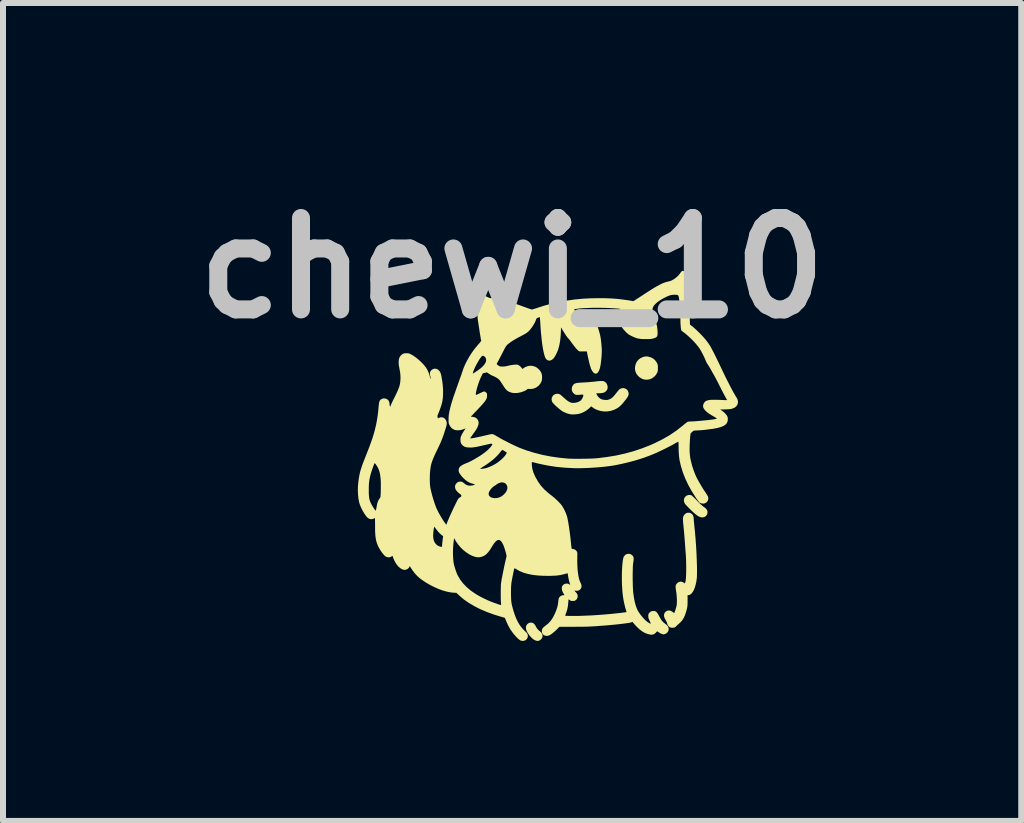
<source format=kicad_pcb>
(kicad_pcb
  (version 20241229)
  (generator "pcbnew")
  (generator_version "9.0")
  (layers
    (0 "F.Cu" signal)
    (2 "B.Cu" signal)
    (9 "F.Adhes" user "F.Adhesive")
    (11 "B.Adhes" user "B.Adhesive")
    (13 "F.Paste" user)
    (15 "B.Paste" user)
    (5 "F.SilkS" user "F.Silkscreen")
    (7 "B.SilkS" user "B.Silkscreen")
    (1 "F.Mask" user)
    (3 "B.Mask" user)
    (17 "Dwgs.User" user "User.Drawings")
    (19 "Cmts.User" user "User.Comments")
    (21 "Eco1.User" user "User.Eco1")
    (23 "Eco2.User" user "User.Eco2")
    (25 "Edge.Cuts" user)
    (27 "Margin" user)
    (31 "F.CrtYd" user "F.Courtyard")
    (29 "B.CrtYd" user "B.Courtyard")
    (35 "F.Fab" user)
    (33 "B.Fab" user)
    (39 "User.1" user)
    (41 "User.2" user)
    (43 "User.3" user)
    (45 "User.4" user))
  (footprint "chewi_10"
    (layer "F.Cu")
    (at 5.944 3.78)
    (property "Reference" "chewi_10" (at -0.457 -2.362 0) (layer "Dwgs.User") (effects (font (size 1.524 1.524) (thickness 0.3))))
    (attr board_only exclude_from_pos_files exclude_from_bom)
    (fp_poly (pts (xy -0.125 3.55) (xy -0.106 3.558) (xy -0.09 3.57) (xy -0.076 3.588) (xy -0.065 3.607) (xy -0.047 3.639) (xy -0.025 3.667) (xy -0.002 3.688) (xy 0.008 3.695) (xy 0.025 3.71) (xy 0.039 3.73) (xy 0.048 3.752) (xy 0.05 3.766) (xy 0.046 3.795) (xy 0.032 3.819) (xy 0.011 3.838) (xy -0.003 3.846) (xy -0.016 3.851) (xy -0.028 3.854) (xy -0.04 3.853) (xy -0.057 3.849) (xy -0.061 3.848) (xy -0.087 3.837) (xy -0.114 3.818) (xy -0.141 3.793) (xy -0.167 3.764) (xy -0.19 3.732) (xy -0.209 3.7) (xy -0.222 3.668) (xy -0.227 3.649) (xy -0.228 3.621) (xy -0.22 3.596) (xy -0.206 3.575) (xy -0.186 3.559) (xy -0.163 3.549) (xy -0.137 3.548)) (stroke (width 0) (type solid)) (fill yes) (layer "F.SilkS"))
    (fp_poly (pts (xy 1.809 -0.886) (xy 1.853 -0.874) (xy 1.892 -0.854) (xy 1.925 -0.826) (xy 1.951 -0.79) (xy 1.959 -0.776) (xy 1.965 -0.762) (xy 1.969 -0.749) (xy 1.971 -0.735) (xy 1.972 -0.716) (xy 1.972 -0.695) (xy 1.972 -0.67) (xy 1.971 -0.652) (xy 1.968 -0.638) (xy 1.964 -0.625) (xy 1.959 -0.615) (xy 1.937 -0.578) (xy 1.908 -0.548) (xy 1.874 -0.524) (xy 1.836 -0.508) (xy 1.795 -0.501) (xy 1.753 -0.503) (xy 1.739 -0.505) (xy 1.702 -0.519) (xy 1.667 -0.541) (xy 1.637 -0.569) (xy 1.613 -0.602) (xy 1.608 -0.613) (xy 1.594 -0.651) (xy 1.59 -0.691) (xy 1.594 -0.731) (xy 1.605 -0.769) (xy 1.624 -0.805) (xy 1.649 -0.835) (xy 1.681 -0.859) (xy 1.688 -0.863) (xy 1.726 -0.88) (xy 1.761 -0.888) (xy 1.796 -0.888)) (stroke (width 0) (type solid)) (fill yes) (layer "F.SilkS"))
    (fp_poly (pts (xy 2.528 1.425) (xy 2.536 1.43) (xy 2.55 1.442) (xy 2.568 1.459) (xy 2.59 1.48) (xy 2.614 1.504) (xy 2.621 1.512) (xy 2.654 1.546) (xy 2.684 1.575) (xy 2.709 1.597) (xy 2.73 1.614) (xy 2.735 1.618) (xy 2.762 1.637) (xy 2.781 1.656) (xy 2.792 1.674) (xy 2.798 1.695) (xy 2.799 1.7) (xy 2.797 1.729) (xy 2.788 1.753) (xy 2.771 1.773) (xy 2.75 1.787) (xy 2.724 1.794) (xy 2.695 1.793) (xy 2.666 1.785) (xy 2.663 1.783) (xy 2.647 1.775) (xy 2.627 1.762) (xy 2.607 1.747) (xy 2.6 1.741) (xy 2.581 1.725) (xy 2.558 1.705) (xy 2.534 1.682) (xy 2.508 1.657) (xy 2.483 1.632) (xy 2.461 1.609) (xy 2.442 1.589) (xy 2.428 1.573) (xy 2.423 1.567) (xy 2.41 1.539) (xy 2.405 1.511) (xy 2.409 1.483) (xy 2.422 1.458) (xy 2.426 1.452) (xy 2.45 1.432) (xy 2.477 1.422) (xy 2.506 1.42)) (stroke (width 0) (type solid)) (fill yes) (layer "F.SilkS"))
    (fp_poly (pts (xy 2.497 1.717) (xy 2.519 1.724) (xy 2.542 1.74) (xy 2.557 1.761) (xy 2.566 1.787) (xy 2.57 1.821) (xy 2.57 1.823) (xy 2.57 1.837) (xy 2.572 1.859) (xy 2.575 1.887) (xy 2.578 1.919) (xy 2.581 1.953) (xy 2.582 1.963) (xy 2.589 2.022) (xy 2.594 2.085) (xy 2.6 2.152) (xy 2.605 2.221) (xy 2.61 2.291) (xy 2.614 2.361) (xy 2.617 2.431) (xy 2.62 2.498) (xy 2.622 2.563) (xy 2.624 2.623) (xy 2.624 2.678) (xy 2.624 2.727) (xy 2.623 2.768) (xy 2.622 2.802) (xy 2.62 2.815) (xy 2.612 2.871) (xy 2.6 2.922) (xy 2.586 2.968) (xy 2.57 3.008) (xy 2.551 3.04) (xy 2.531 3.065) (xy 2.51 3.082) (xy 2.488 3.09) (xy 2.481 3.09) (xy 2.467 3.09) (xy 2.467 3.181) (xy 2.467 3.215) (xy 2.466 3.242) (xy 2.465 3.263) (xy 2.463 3.282) (xy 2.46 3.3) (xy 2.455 3.32) (xy 2.454 3.326) (xy 2.438 3.383) (xy 2.421 3.43) (xy 2.403 3.47) (xy 2.382 3.504) (xy 2.357 3.534) (xy 2.339 3.551) (xy 2.321 3.568) (xy 2.301 3.586) (xy 2.285 3.601) (xy 2.271 3.614) (xy 2.257 3.625) (xy 2.248 3.63) (xy 2.227 3.634) (xy 2.204 3.634) (xy 2.183 3.63) (xy 2.172 3.626) (xy 2.152 3.61) (xy 2.138 3.591) (xy 2.128 3.565) (xy 2.127 3.562) (xy 2.12 3.542) (xy 2.109 3.519) (xy 2.1 3.502) (xy 2.082 3.469) (xy 2.074 3.438) (xy 2.075 3.41) (xy 2.085 3.385) (xy 2.105 3.364) (xy 2.107 3.362) (xy 2.132 3.349) (xy 2.159 3.345) (xy 2.185 3.351) (xy 2.211 3.366) (xy 2.217 3.371) (xy 2.231 3.381) (xy 2.241 3.387) (xy 2.245 3.387) (xy 2.249 3.379) (xy 2.255 3.364) (xy 2.262 3.344) (xy 2.269 3.321) (xy 2.276 3.297) (xy 2.282 3.275) (xy 2.285 3.258) (xy 2.288 3.231) (xy 2.289 3.197) (xy 2.289 3.157) (xy 2.286 3.115) (xy 2.283 3.072) (xy 2.277 3.031) (xy 2.275 3.018) (xy 2.27 2.983) (xy 2.268 2.956) (xy 2.269 2.935) (xy 2.273 2.918) (xy 2.282 2.904) (xy 2.295 2.89) (xy 2.295 2.889) (xy 2.319 2.873) (xy 2.345 2.865) (xy 2.372 2.867) (xy 2.398 2.879) (xy 2.403 2.883) (xy 2.414 2.89) (xy 2.421 2.894) (xy 2.422 2.894) (xy 2.424 2.889) (xy 2.428 2.877) (xy 2.433 2.86) (xy 2.436 2.842) (xy 2.439 2.815) (xy 2.441 2.782) (xy 2.443 2.742) (xy 2.444 2.698) (xy 2.444 2.65) (xy 2.444 2.601) (xy 2.443 2.551) (xy 2.442 2.502) (xy 2.44 2.455) (xy 2.438 2.422) (xy 2.432 2.346) (xy 2.427 2.279) (xy 2.423 2.221) (xy 2.419 2.172) (xy 2.416 2.13) (xy 2.413 2.096) (xy 2.411 2.068) (xy 2.41 2.06) (xy 2.408 2.034) (xy 2.405 2.007) (xy 2.403 1.984) (xy 2.402 1.975) (xy 2.4 1.953) (xy 2.398 1.927) (xy 2.395 1.903) (xy 2.392 1.877) (xy 2.391 1.848) (xy 2.39 1.825) (xy 2.391 1.803) (xy 2.394 1.787) (xy 2.399 1.772) (xy 2.404 1.763) (xy 2.422 1.74) (xy 2.444 1.724) (xy 2.47 1.716)) (stroke (width 0) (type solid)) (fill yes) (layer "F.SilkS"))
    (fp_poly (pts (xy 1.057 -0.478) (xy 1.069 -0.475) (xy 1.076 -0.473) (xy 1.099 -0.458) (xy 1.117 -0.437) (xy 1.129 -0.41) (xy 1.135 -0.382) (xy 1.133 -0.354) (xy 1.128 -0.339) (xy 1.121 -0.326) (xy 1.108 -0.311) (xy 1.101 -0.304) (xy 1.084 -0.292) (xy 1.063 -0.283) (xy 1.037 -0.278) (xy 1.004 -0.275) (xy 0.987 -0.275) (xy 0.968 -0.275) (xy 0.953 -0.274) (xy 0.946 -0.273) (xy 0.945 -0.272) (xy 0.947 -0.267) (xy 0.952 -0.255) (xy 0.955 -0.25) (xy 0.97 -0.226) (xy 0.99 -0.203) (xy 1.011 -0.186) (xy 1.021 -0.18) (xy 1.044 -0.171) (xy 1.073 -0.165) (xy 1.104 -0.163) (xy 1.131 -0.164) (xy 1.137 -0.165) (xy 1.16 -0.172) (xy 1.18 -0.18) (xy 1.198 -0.192) (xy 1.217 -0.207) (xy 1.237 -0.228) (xy 1.261 -0.256) (xy 1.278 -0.278) (xy 1.296 -0.301) (xy 1.313 -0.321) (xy 1.328 -0.337) (xy 1.339 -0.347) (xy 1.342 -0.348) (xy 1.372 -0.359) (xy 1.4 -0.361) (xy 1.427 -0.354) (xy 1.451 -0.341) (xy 1.469 -0.32) (xy 1.481 -0.294) (xy 1.485 -0.265) (xy 1.484 -0.252) (xy 1.48 -0.239) (xy 1.474 -0.224) (xy 1.463 -0.206) (xy 1.447 -0.183) (xy 1.426 -0.155) (xy 1.418 -0.146) (xy 1.388 -0.109) (xy 1.362 -0.08) (xy 1.336 -0.056) (xy 1.311 -0.036) (xy 1.297 -0.027) (xy 1.247 -0.001) (xy 1.193 0.017) (xy 1.137 0.027) (xy 1.081 0.029) (xy 1.025 0.022) (xy 0.97 0.007) (xy 0.92 -0.015) (xy 0.874 -0.046) (xy 0.861 -0.057) (xy 0.822 -0.02) (xy 0.783 0.011) (xy 0.739 0.037) (xy 0.693 0.057) (xy 0.657 0.068) (xy 0.627 0.073) (xy 0.594 0.076) (xy 0.561 0.078) (xy 0.532 0.077) (xy 0.513 0.075) (xy 0.457 0.061) (xy 0.404 0.038) (xy 0.385 0.028) (xy 0.365 0.015) (xy 0.342 -0.003) (xy 0.317 -0.023) (xy 0.291 -0.046) (xy 0.266 -0.068) (xy 0.244 -0.09) (xy 0.226 -0.11) (xy 0.213 -0.126) (xy 0.208 -0.135) (xy 0.201 -0.165) (xy 0.202 -0.193) (xy 0.212 -0.218) (xy 0.228 -0.24) (xy 0.25 -0.256) (xy 0.276 -0.265) (xy 0.306 -0.266) (xy 0.317 -0.264) (xy 0.327 -0.261) (xy 0.337 -0.257) (xy 0.349 -0.249) (xy 0.364 -0.237) (xy 0.383 -0.22) (xy 0.404 -0.201) (xy 0.436 -0.173) (xy 0.464 -0.151) (xy 0.488 -0.135) (xy 0.51 -0.124) (xy 0.53 -0.117) (xy 0.552 -0.115) (xy 0.561 -0.114) (xy 0.597 -0.117) (xy 0.631 -0.125) (xy 0.661 -0.138) (xy 0.686 -0.154) (xy 0.697 -0.166) (xy 0.711 -0.188) (xy 0.722 -0.209) (xy 0.728 -0.228) (xy 0.729 -0.242) (xy 0.728 -0.244) (xy 0.725 -0.251) (xy 0.72 -0.253) (xy 0.71 -0.254) (xy 0.693 -0.252) (xy 0.693 -0.252) (xy 0.67 -0.249) (xy 0.644 -0.248) (xy 0.632 -0.247) (xy 0.612 -0.248) (xy 0.598 -0.252) (xy 0.585 -0.259) (xy 0.58 -0.263) (xy 0.557 -0.284) (xy 0.542 -0.311) (xy 0.536 -0.34) (xy 0.539 -0.371) (xy 0.546 -0.391) (xy 0.561 -0.416) (xy 0.581 -0.433) (xy 0.606 -0.443) (xy 0.61 -0.444) (xy 0.622 -0.446) (xy 0.642 -0.448) (xy 0.668 -0.451) (xy 0.698 -0.453) (xy 0.731 -0.455) (xy 0.736 -0.455) (xy 0.774 -0.457) (xy 0.817 -0.46) (xy 0.859 -0.464) (xy 0.898 -0.467) (xy 0.923 -0.47) (xy 0.964 -0.475) (xy 0.997 -0.478) (xy 1.022 -0.479) (xy 1.042 -0.479)) (stroke (width 0) (type solid)) (fill yes) (layer "F.SilkS"))
    (fp_poly (pts (xy 2.404 -2.31) (xy 2.411 -2.304) (xy 2.416 -2.299) (xy 2.418 -2.292) (xy 2.42 -2.282) (xy 2.419 -2.267) (xy 2.418 -2.246) (xy 2.417 -2.222) (xy 2.415 -2.192) (xy 2.414 -2.159) (xy 2.412 -2.128) (xy 2.412 -2.124) (xy 2.409 -2.051) (xy 2.424 -2.027) (xy 2.447 -1.982) (xy 2.466 -1.929) (xy 2.48 -1.868) (xy 2.489 -1.799) (xy 2.489 -1.79) (xy 2.491 -1.769) (xy 2.493 -1.739) (xy 2.495 -1.704) (xy 2.497 -1.664) (xy 2.499 -1.622) (xy 2.5 -1.58) (xy 2.501 -1.574) (xy 2.507 -1.42) (xy 2.547 -1.389) (xy 2.563 -1.376) (xy 2.584 -1.357) (xy 2.609 -1.334) (xy 2.635 -1.31) (xy 2.661 -1.284) (xy 2.666 -1.28) (xy 2.722 -1.221) (xy 2.771 -1.165) (xy 2.814 -1.108) (xy 2.846 -1.059) (xy 2.856 -1.041) (xy 2.87 -1.015) (xy 2.887 -0.982) (xy 2.908 -0.942) (xy 2.93 -0.897) (xy 2.955 -0.846) (xy 2.982 -0.791) (xy 3.01 -0.733) (xy 3.033 -0.684) (xy 3.07 -0.606) (xy 3.106 -0.532) (xy 3.141 -0.463) (xy 3.173 -0.4) (xy 3.203 -0.343) (xy 3.23 -0.293) (xy 3.255 -0.25) (xy 3.275 -0.216) (xy 3.276 -0.215) (xy 3.296 -0.18) (xy 3.306 -0.148) (xy 3.307 -0.12) (xy 3.307 -0.119) (xy 3.298 -0.086) (xy 3.281 -0.06) (xy 3.256 -0.038) (xy 3.222 -0.022) (xy 3.216 -0.02) (xy 3.201 -0.016) (xy 3.186 -0.012) (xy 3.168 -0.01) (xy 3.144 -0.008) (xy 3.115 -0.007) (xy 3.096 -0.006) (xy 3.01 -0.004) (xy 3.033 0.011) (xy 3.058 0.029) (xy 3.082 0.05) (xy 3.104 0.073) (xy 3.12 0.094) (xy 3.128 0.107) (xy 3.138 0.138) (xy 3.138 0.171) (xy 3.131 0.202) (xy 3.116 0.23) (xy 3.099 0.248) (xy 3.068 0.269) (xy 3.027 0.286) (xy 2.977 0.301) (xy 2.917 0.313) (xy 2.888 0.318) (xy 2.857 0.322) (xy 2.822 0.326) (xy 2.789 0.331) (xy 2.772 0.333) (xy 2.746 0.336) (xy 2.713 0.339) (xy 2.679 0.342) (xy 2.646 0.343) (xy 2.643 0.344) (xy 2.614 0.345) (xy 2.593 0.346) (xy 2.579 0.348) (xy 2.569 0.35) (xy 2.563 0.353) (xy 2.558 0.357) (xy 2.547 0.367) (xy 2.533 0.379) (xy 2.532 0.38) (xy 2.525 0.386) (xy 2.52 0.392) (xy 2.517 0.401) (xy 2.514 0.414) (xy 2.512 0.434) (xy 2.51 0.448) (xy 2.507 0.492) (xy 2.504 0.54) (xy 2.502 0.589) (xy 2.501 0.638) (xy 2.501 0.683) (xy 2.503 0.723) (xy 2.505 0.752) (xy 2.513 0.81) (xy 2.527 0.873) (xy 2.544 0.938) (xy 2.566 1.004) (xy 2.59 1.068) (xy 2.614 1.123) (xy 2.631 1.156) (xy 2.652 1.194) (xy 2.677 1.237) (xy 2.703 1.281) (xy 2.729 1.324) (xy 2.755 1.363) (xy 2.773 1.389) (xy 2.786 1.41) (xy 2.798 1.43) (xy 2.807 1.447) (xy 2.81 1.456) (xy 2.813 1.483) (xy 2.807 1.509) (xy 2.794 1.531) (xy 2.776 1.548) (xy 2.753 1.56) (xy 2.728 1.565) (xy 2.701 1.561) (xy 2.693 1.558) (xy 2.681 1.554) (xy 2.674 1.553) (xy 2.673 1.553) (xy 2.669 1.551) (xy 2.66 1.541) (xy 2.648 1.525) (xy 2.632 1.504) (xy 2.614 1.479) (xy 2.596 1.452) (xy 2.532 1.35) (xy 2.476 1.248) (xy 2.428 1.146) (xy 2.388 1.044) (xy 2.357 0.943) (xy 2.334 0.845) (xy 2.327 0.797) (xy 2.323 0.762) (xy 2.32 0.718) (xy 2.318 0.669) (xy 2.318 0.636) (xy 2.317 0.606) (xy 2.317 0.578) (xy 2.316 0.556) (xy 2.315 0.54) (xy 2.314 0.533) (xy 2.314 0.533) (xy 2.309 0.534) (xy 2.297 0.54) (xy 2.28 0.549) (xy 2.259 0.56) (xy 2.255 0.563) (xy 2.222 0.582) (xy 2.182 0.603) (xy 2.137 0.626) (xy 2.09 0.65) (xy 2.042 0.673) (xy 1.996 0.695) (xy 1.954 0.715) (xy 1.918 0.731) (xy 1.918 0.731) (xy 1.831 0.766) (xy 1.744 0.798) (xy 1.656 0.827) (xy 1.564 0.854) (xy 1.468 0.879) (xy 1.365 0.903) (xy 1.258 0.925) (xy 1.201 0.934) (xy 1.137 0.943) (xy 1.066 0.951) (xy 0.991 0.958) (xy 0.913 0.964) (xy 0.834 0.969) (xy 0.756 0.972) (xy 0.681 0.974) (xy 0.61 0.974) (xy 0.581 0.974) (xy 0.426 0.966) (xy 0.278 0.952) (xy 0.135 0.93) (xy -0.004 0.901) (xy -0.055 0.889) (xy -0.084 0.881) (xy -0.104 0.876) (xy -0.117 0.873) (xy -0.125 0.873) (xy -0.129 0.875) (xy -0.13 0.88) (xy -0.13 0.888) (xy -0.13 0.894) (xy -0.127 0.943) (xy -0.119 0.992) (xy -0.104 1.042) (xy -0.082 1.094) (xy -0.07 1.12) (xy -0.026 1.197) (xy 0.023 1.267) (xy 0.081 1.33) (xy 0.146 1.388) (xy 0.177 1.413) (xy 0.214 1.441) (xy 0.251 1.472) (xy 0.287 1.505) (xy 0.32 1.538) (xy 0.349 1.569) (xy 0.366 1.59) (xy 0.39 1.626) (xy 0.413 1.668) (xy 0.434 1.713) (xy 0.451 1.758) (xy 0.462 1.794) (xy 0.468 1.824) (xy 0.476 1.863) (xy 0.483 1.908) (xy 0.491 1.957) (xy 0.498 2.01) (xy 0.506 2.063) (xy 0.512 2.116) (xy 0.518 2.167) (xy 0.52 2.189) (xy 0.524 2.229) (xy 0.527 2.26) (xy 0.53 2.282) (xy 0.532 2.299) (xy 0.534 2.31) (xy 0.537 2.316) (xy 0.54 2.319) (xy 0.544 2.32) (xy 0.549 2.32) (xy 0.553 2.32) (xy 0.576 2.325) (xy 0.599 2.337) (xy 0.616 2.355) (xy 0.62 2.361) (xy 0.625 2.37) (xy 0.628 2.38) (xy 0.629 2.393) (xy 0.63 2.41) (xy 0.629 2.435) (xy 0.629 2.436) (xy 0.628 2.52) (xy 0.63 2.598) (xy 0.634 2.669) (xy 0.642 2.733) (xy 0.651 2.788) (xy 0.663 2.836) (xy 0.678 2.874) (xy 0.682 2.882) (xy 0.696 2.915) (xy 0.7 2.944) (xy 0.695 2.969) (xy 0.68 2.992) (xy 0.663 3.007) (xy 0.649 3.013) (xy 0.629 3.017) (xy 0.607 3.018) (xy 0.588 3.015) (xy 0.583 3.013) (xy 0.58 3.014) (xy 0.585 3.021) (xy 0.594 3.032) (xy 0.596 3.033) (xy 0.613 3.052) (xy 0.625 3.068) (xy 0.631 3.081) (xy 0.634 3.094) (xy 0.635 3.108) (xy 0.631 3.136) (xy 0.617 3.16) (xy 0.598 3.177) (xy 0.587 3.184) (xy 0.571 3.187) (xy 0.553 3.187) (xy 0.534 3.187) (xy 0.52 3.183) (xy 0.508 3.177) (xy 0.504 3.174) (xy 0.492 3.165) (xy 0.485 3.161) (xy 0.484 3.16) (xy 0.482 3.165) (xy 0.481 3.177) (xy 0.48 3.196) (xy 0.478 3.214) (xy 0.473 3.27) (xy 0.463 3.322) (xy 0.447 3.375) (xy 0.442 3.387) (xy 0.435 3.407) (xy 0.43 3.423) (xy 0.428 3.433) (xy 0.428 3.435) (xy 0.433 3.435) (xy 0.448 3.436) (xy 0.469 3.436) (xy 0.498 3.437) (xy 0.531 3.437) (xy 0.568 3.437) (xy 0.589 3.437) (xy 0.675 3.436) (xy 0.77 3.432) (xy 0.87 3.428) (xy 0.974 3.421) (xy 1.08 3.413) (xy 1.186 3.404) (xy 1.29 3.393) (xy 1.365 3.385) (xy 1.392 3.381) (xy 1.416 3.378) (xy 1.435 3.375) (xy 1.446 3.373) (xy 1.449 3.373) (xy 1.448 3.367) (xy 1.445 3.355) (xy 1.44 3.338) (xy 1.438 3.332) (xy 1.428 3.299) (xy 1.418 3.258) (xy 1.408 3.214) (xy 1.399 3.169) (xy 1.392 3.125) (xy 1.388 3.097) (xy 1.382 3.043) (xy 1.378 2.987) (xy 1.374 2.928) (xy 1.372 2.868) (xy 1.372 2.808) (xy 1.372 2.749) (xy 1.373 2.692) (xy 1.376 2.638) (xy 1.379 2.588) (xy 1.384 2.543) (xy 1.389 2.505) (xy 1.395 2.474) (xy 1.403 2.451) (xy 1.408 2.442) (xy 1.427 2.421) (xy 1.45 2.407) (xy 1.475 2.401) (xy 1.501 2.403) (xy 1.525 2.411) (xy 1.546 2.427) (xy 1.559 2.445) (xy 1.564 2.456) (xy 1.567 2.466) (xy 1.569 2.477) (xy 1.568 2.492) (xy 1.566 2.512) (xy 1.563 2.539) (xy 1.559 2.56) (xy 1.557 2.581) (xy 1.555 2.611) (xy 1.554 2.647) (xy 1.553 2.689) (xy 1.552 2.735) (xy 1.552 2.783) (xy 1.552 2.832) (xy 1.553 2.881) (xy 1.554 2.928) (xy 1.556 2.971) (xy 1.558 3.008) (xy 1.56 3.04) (xy 1.562 3.055) (xy 1.573 3.133) (xy 1.586 3.201) (xy 1.602 3.261) (xy 1.62 3.311) (xy 1.635 3.344) (xy 1.652 3.372) (xy 1.674 3.405) (xy 1.7 3.438) (xy 1.728 3.471) (xy 1.754 3.499) (xy 1.755 3.5) (xy 1.773 3.517) (xy 1.792 3.532) (xy 1.811 3.546) (xy 1.829 3.557) (xy 1.843 3.564) (xy 1.851 3.565) (xy 1.852 3.564) (xy 1.852 3.559) (xy 1.847 3.547) (xy 1.84 3.529) (xy 1.834 3.517) (xy 1.824 3.494) (xy 1.817 3.477) (xy 1.814 3.463) (xy 1.813 3.447) (xy 1.812 3.44) (xy 1.813 3.42) (xy 1.816 3.407) (xy 1.821 3.395) (xy 1.827 3.388) (xy 1.847 3.368) (xy 1.871 3.357) (xy 1.895 3.354) (xy 1.916 3.355) (xy 1.933 3.361) (xy 1.948 3.372) (xy 1.963 3.388) (xy 1.978 3.413) (xy 1.994 3.442) (xy 2.016 3.482) (xy 2.037 3.514) (xy 2.061 3.541) (xy 2.089 3.564) (xy 2.095 3.568) (xy 2.122 3.59) (xy 2.14 3.611) (xy 2.149 3.634) (xy 2.152 3.655) (xy 2.15 3.673) (xy 2.145 3.69) (xy 2.143 3.694) (xy 2.131 3.711) (xy 2.114 3.726) (xy 2.097 3.736) (xy 2.091 3.738) (xy 2.079 3.741) (xy 2.072 3.743) (xy 2.059 3.743) (xy 2.041 3.738) (xy 2.02 3.73) (xy 1.999 3.718) (xy 1.996 3.716) (xy 1.981 3.706) (xy 1.968 3.698) (xy 1.962 3.694) (xy 1.956 3.695) (xy 1.947 3.705) (xy 1.943 3.71) (xy 1.924 3.73) (xy 1.899 3.744) (xy 1.871 3.75) (xy 1.867 3.75) (xy 1.846 3.748) (xy 1.82 3.742) (xy 1.791 3.734) (xy 1.763 3.723) (xy 1.746 3.715) (xy 1.711 3.694) (xy 1.673 3.666) (xy 1.634 3.631) (xy 1.595 3.591) (xy 1.565 3.556) (xy 1.547 3.535) (xy 1.532 3.542) (xy 1.519 3.546) (xy 1.498 3.551) (xy 1.468 3.556) (xy 1.431 3.561) (xy 1.386 3.567) (xy 1.335 3.573) (xy 1.279 3.579) (xy 1.217 3.585) (xy 1.152 3.591) (xy 1.083 3.597) (xy 1.012 3.602) (xy 0.963 3.606) (xy 0.922 3.609) (xy 0.883 3.611) (xy 0.846 3.613) (xy 0.807 3.615) (xy 0.766 3.616) (xy 0.721 3.617) (xy 0.67 3.617) (xy 0.611 3.617) (xy 0.571 3.618) (xy 0.33 3.618) (xy 0.296 3.653) (xy 0.272 3.677) (xy 0.245 3.701) (xy 0.218 3.723) (xy 0.193 3.742) (xy 0.171 3.756) (xy 0.161 3.761) (xy 0.137 3.768) (xy 0.112 3.769) (xy 0.089 3.765) (xy 0.071 3.757) (xy 0.052 3.739) (xy 0.042 3.72) (xy 0.038 3.697) (xy 0.038 3.691) (xy 0.039 3.67) (xy 0.045 3.653) (xy 0.056 3.636) (xy 0.073 3.62) (xy 0.097 3.6) (xy 0.098 3.6) (xy 0.142 3.565) (xy 0.178 3.527) (xy 0.209 3.486) (xy 0.231 3.447) (xy 0.257 3.394) (xy 0.277 3.346) (xy 0.292 3.302) (xy 0.303 3.259) (xy 0.31 3.215) (xy 0.312 3.192) (xy 0.315 3.169) (xy 0.318 3.152) (xy 0.322 3.14) (xy 0.328 3.129) (xy 0.333 3.122) (xy 0.347 3.109) (xy 0.366 3.098) (xy 0.385 3.092) (xy 0.402 3.091) (xy 0.411 3.092) (xy 0.414 3.09) (xy 0.411 3.082) (xy 0.402 3.069) (xy 0.385 3.037) (xy 0.374 3.006) (xy 0.37 2.977) (xy 0.373 2.951) (xy 0.377 2.94) (xy 0.394 2.919) (xy 0.415 2.905) (xy 0.44 2.898) (xy 0.466 2.898) (xy 0.49 2.907) (xy 0.502 2.915) (xy 0.509 2.92) (xy 0.51 2.918) (xy 0.509 2.913) (xy 0.498 2.876) (xy 0.49 2.846) (xy 0.484 2.818) (xy 0.479 2.789) (xy 0.477 2.781) (xy 0.474 2.759) (xy 0.471 2.741) (xy 0.469 2.73) (xy 0.468 2.726) (xy 0.463 2.727) (xy 0.45 2.73) (xy 0.432 2.734) (xy 0.419 2.738) (xy 0.383 2.747) (xy 0.352 2.754) (xy 0.321 2.759) (xy 0.29 2.763) (xy 0.256 2.766) (xy 0.217 2.767) (xy 0.174 2.769) (xy 0.07 2.768) (xy -0.026 2.763) (xy -0.114 2.753) (xy -0.194 2.737) (xy -0.267 2.716) (xy -0.331 2.69) (xy -0.386 2.659) (xy -0.394 2.654) (xy -0.407 2.646) (xy -0.417 2.643) (xy -0.42 2.643) (xy -0.422 2.65) (xy -0.426 2.665) (xy -0.431 2.686) (xy -0.437 2.713) (xy -0.443 2.744) (xy -0.45 2.777) (xy -0.456 2.81) (xy -0.462 2.842) (xy -0.466 2.865) (xy -0.47 2.89) (xy -0.472 2.914) (xy -0.474 2.938) (xy -0.476 2.965) (xy -0.476 2.998) (xy -0.477 3.037) (xy -0.477 3.053) (xy -0.476 3.102) (xy -0.475 3.143) (xy -0.473 3.179) (xy -0.469 3.212) (xy -0.464 3.244) (xy -0.456 3.277) (xy -0.446 3.314) (xy -0.437 3.345) (xy -0.415 3.414) (xy -0.392 3.474) (xy -0.367 3.527) (xy -0.34 3.575) (xy -0.309 3.619) (xy -0.275 3.659) (xy -0.235 3.699) (xy -0.23 3.702) (xy -0.217 3.716) (xy -0.206 3.731) (xy -0.202 3.738) (xy -0.195 3.766) (xy -0.198 3.792) (xy -0.209 3.816) (xy -0.227 3.836) (xy -0.24 3.844) (xy -0.267 3.853) (xy -0.293 3.853) (xy -0.32 3.845) (xy -0.334 3.836) (xy -0.353 3.821) (xy -0.374 3.801) (xy -0.385 3.791) (xy -0.438 3.73) (xy -0.487 3.661) (xy -0.528 3.587) (xy -0.56 3.515) (xy -0.579 3.468) (xy -0.636 3.452) (xy -0.76 3.414) (xy -0.876 3.372) (xy -0.985 3.326) (xy -1.085 3.275) (xy -1.177 3.221) (xy -1.26 3.164) (xy -1.333 3.102) (xy -1.346 3.09) (xy -1.387 3.052) (xy -1.442 3.049) (xy -1.497 3.042) (xy -1.557 3.029) (xy -1.622 3.01) (xy -1.689 2.985) (xy -1.757 2.955) (xy -1.826 2.92) (xy -1.893 2.881) (xy -1.928 2.858) (xy -1.984 2.819) (xy -2.031 2.779) (xy -2.072 2.736) (xy -2.11 2.688) (xy -2.136 2.65) (xy -2.164 2.605) (xy -2.17 2.62) (xy -2.183 2.64) (xy -2.204 2.656) (xy -2.228 2.666) (xy -2.254 2.669) (xy -2.26 2.669) (xy -2.289 2.66) (xy -2.319 2.643) (xy -2.349 2.618) (xy -2.377 2.586) (xy -2.402 2.549) (xy -2.424 2.507) (xy -2.442 2.463) (xy -2.442 2.461) (xy -2.451 2.436) (xy -2.472 2.448) (xy -2.5 2.459) (xy -2.528 2.46) (xy -2.557 2.451) (xy -2.566 2.446) (xy -2.584 2.431) (xy -2.604 2.409) (xy -2.626 2.381) (xy -2.633 2.371) (xy -1.444 2.371) (xy -1.443 2.435) (xy -1.439 2.495) (xy -1.433 2.549) (xy -1.433 2.55) (xy -1.425 2.588) (xy -1.413 2.63) (xy -1.399 2.674) (xy -1.384 2.717) (xy -1.368 2.753) (xy -1.364 2.762) (xy -1.325 2.829) (xy -1.276 2.893) (xy -1.218 2.954) (xy -1.151 3.011) (xy -1.074 3.065) (xy -1.063 3.072) (xy -1.027 3.093) (xy -0.985 3.117) (xy -0.939 3.14) (xy -0.891 3.163) (xy -0.846 3.184) (xy -0.838 3.187) (xy -0.816 3.196) (xy -0.79 3.206) (xy -0.761 3.217) (xy -0.733 3.227) (xy -0.705 3.237) (xy -0.681 3.245) (xy -0.662 3.251) (xy -0.649 3.254) (xy -0.646 3.255) (xy -0.643 3.253) (xy -0.641 3.246) (xy -0.642 3.231) (xy -0.643 3.219) (xy -0.645 3.198) (xy -0.646 3.169) (xy -0.647 3.134) (xy -0.647 3.095) (xy -0.647 3.055) (xy -0.647 3.014) (xy -0.646 2.975) (xy -0.645 2.94) (xy -0.644 2.91) (xy -0.642 2.888) (xy -0.641 2.882) (xy -0.637 2.858) (xy -0.632 2.826) (xy -0.625 2.79) (xy -0.617 2.75) (xy -0.609 2.708) (xy -0.6 2.664) (xy -0.591 2.621) (xy -0.582 2.58) (xy -0.574 2.542) (xy -0.566 2.509) (xy -0.56 2.481) (xy -0.555 2.461) (xy -0.551 2.451) (xy -0.551 2.441) (xy -0.553 2.423) (xy -0.558 2.4) (xy -0.565 2.372) (xy -0.574 2.343) (xy -0.583 2.313) (xy -0.593 2.284) (xy -0.602 2.259) (xy -0.61 2.242) (xy -0.628 2.21) (xy -0.645 2.187) (xy -0.664 2.174) (xy -0.683 2.169) (xy -0.703 2.175) (xy -0.724 2.189) (xy -0.747 2.213) (xy -0.772 2.247) (xy -0.799 2.29) (xy -0.827 2.336) (xy -0.855 2.373) (xy -0.882 2.402) (xy -0.91 2.425) (xy -0.94 2.441) (xy -0.97 2.452) (xy -1.007 2.459) (xy -1.044 2.458) (xy -1.073 2.452) (xy -1.123 2.435) (xy -1.174 2.409) (xy -1.224 2.376) (xy -1.273 2.337) (xy -1.318 2.293) (xy -1.359 2.244) (xy -1.394 2.194) (xy -1.404 2.175) (xy -1.424 2.139) (xy -1.43 2.178) (xy -1.437 2.24) (xy -1.442 2.305) (xy -1.444 2.371) (xy -2.633 2.371) (xy -2.648 2.35) (xy -2.669 2.316) (xy -2.687 2.283) (xy -2.701 2.251) (xy -2.701 2.25) (xy -2.713 2.219) (xy -2.722 2.188) (xy -2.729 2.156) (xy -2.734 2.121) (xy -2.737 2.097) (xy -1.774 2.097) (xy -1.771 2.143) (xy -1.762 2.182) (xy -1.746 2.216) (xy -1.723 2.244) (xy -1.72 2.247) (xy -1.701 2.262) (xy -1.678 2.274) (xy -1.655 2.282) (xy -1.639 2.285) (xy -1.63 2.284) (xy -1.626 2.28) (xy -1.625 2.27) (xy -1.625 2.263) (xy -1.624 2.25) (xy -1.623 2.23) (xy -1.62 2.206) (xy -1.617 2.181) (xy -1.614 2.156) (xy -1.611 2.135) (xy -1.609 2.12) (xy -1.607 2.115) (xy -1.61 2.107) (xy -1.621 2.096) (xy -1.633 2.088) (xy -1.659 2.066) (xy -1.687 2.037) (xy -1.718 1.998) (xy -1.731 1.981) (xy -1.754 1.949) (xy -1.76 1.968) (xy -1.763 1.981) (xy -1.766 2.001) (xy -1.769 2.025) (xy -1.771 2.044) (xy -1.774 2.097) (xy -2.737 2.097) (xy -2.738 2.082) (xy -2.741 2.036) (xy -2.742 1.984) (xy -2.742 1.936) (xy -2.742 1.901) (xy -2.743 1.87) (xy -2.743 1.843) (xy -2.743 1.822) (xy -2.744 1.809) (xy -2.744 1.805) (xy -2.749 1.807) (xy -2.76 1.812) (xy -2.765 1.815) (xy -2.792 1.824) (xy -2.82 1.823) (xy -2.848 1.813) (xy -2.872 1.795) (xy -2.876 1.792) (xy -2.897 1.765) (xy -2.92 1.732) (xy -2.943 1.693) (xy -2.965 1.652) (xy -2.984 1.611) (xy -2.999 1.572) (xy -3.007 1.544) (xy -3.019 1.484) (xy -3.026 1.417) (xy -3.029 1.345) (xy -3.029 1.337) (xy -2.847 1.337) (xy -2.847 1.385) (xy -2.845 1.424) (xy -2.842 1.456) (xy -2.838 1.485) (xy -2.831 1.51) (xy -2.822 1.535) (xy -2.812 1.559) (xy -2.802 1.578) (xy -2.79 1.599) (xy -2.777 1.62) (xy -2.764 1.641) (xy -2.751 1.659) (xy -2.741 1.673) (xy -2.733 1.681) (xy -2.73 1.682) (xy -2.728 1.675) (xy -2.725 1.661) (xy -2.721 1.642) (xy -2.718 1.627) (xy -2.71 1.582) (xy -2.7 1.543) (xy -2.688 1.514) (xy -2.678 1.495) (xy -2.668 1.481) (xy -2.659 1.469) (xy -2.658 1.467) (xy -2.655 1.462) (xy -2.653 1.453) (xy -2.651 1.439) (xy -2.65 1.42) (xy -2.648 1.394) (xy -2.647 1.359) (xy -2.647 1.342) (xy -2.646 1.272) (xy -2.646 1.211) (xy -2.649 1.158) (xy -2.654 1.111) (xy -2.66 1.07) (xy -2.669 1.032) (xy -2.681 0.998) (xy -2.69 0.976) (xy -2.699 0.959) (xy -2.71 0.94) (xy -2.722 0.921) (xy -2.734 0.905) (xy -2.743 0.894) (xy -2.749 0.89) (xy -2.749 0.89) (xy -2.752 0.894) (xy -2.758 0.907) (xy -2.765 0.925) (xy -2.774 0.947) (xy -2.777 0.956) (xy -2.797 1.015) (xy -2.814 1.068) (xy -2.826 1.117) (xy -2.836 1.163) (xy -2.842 1.21) (xy -2.846 1.26) (xy -2.847 1.314) (xy -2.847 1.337) (xy -3.029 1.337) (xy -3.027 1.27) (xy -3.02 1.194) (xy -3.009 1.119) (xy -2.994 1.047) (xy -2.99 1.033) (xy -2.984 1.009) (xy -2.976 0.985) (xy -2.968 0.959) (xy -2.959 0.931) (xy -2.947 0.9) (xy -2.934 0.864) (xy -2.917 0.822) (xy -2.898 0.773) (xy -2.876 0.718) (xy -2.841 0.628) (xy -2.811 0.546) (xy -2.784 0.469) (xy -2.762 0.396) (xy -2.743 0.326) (xy -2.727 0.258) (xy -2.713 0.189) (xy -2.702 0.118) (xy -2.692 0.043) (xy -2.685 -0.026) (xy -2.682 -0.066) (xy -2.678 -0.097) (xy -2.674 -0.122) (xy -2.669 -0.14) (xy -2.662 -0.154) (xy -2.654 -0.164) (xy -2.643 -0.173) (xy -2.629 -0.18) (xy -2.626 -0.182) (xy -2.602 -0.189) (xy -2.576 -0.188) (xy -2.55 -0.18) (xy -2.528 -0.166) (xy -2.523 -0.161) (xy -2.512 -0.142) (xy -2.503 -0.117) (xy -2.5 -0.088) (xy -2.5 -0.087) (xy -2.498 -0.067) (xy -2.493 -0.056) (xy -2.493 -0.055) (xy -2.487 -0.052) (xy -2.485 -0.057) (xy -2.485 -0.061) (xy -2.483 -0.068) (xy -2.477 -0.083) (xy -2.467 -0.105) (xy -2.455 -0.131) (xy -2.44 -0.162) (xy -2.423 -0.196) (xy -2.417 -0.207) (xy -2.394 -0.255) (xy -2.375 -0.295) (xy -2.36 -0.329) (xy -2.348 -0.36) (xy -2.338 -0.387) (xy -2.331 -0.413) (xy -2.326 -0.44) (xy -2.322 -0.468) (xy -2.32 -0.488) (xy -2.318 -0.527) (xy -2.319 -0.567) (xy -2.323 -0.611) (xy -2.331 -0.661) (xy -2.337 -0.693) (xy -2.347 -0.747) (xy -2.349 -0.795) (xy -2.346 -0.836) (xy -2.336 -0.87) (xy -2.319 -0.898) (xy -2.296 -0.92) (xy -2.277 -0.932) (xy -2.262 -0.938) (xy -2.244 -0.941) (xy -2.22 -0.942) (xy -2.22 -0.942) (xy -2.199 -0.942) (xy -2.183 -0.94) (xy -2.167 -0.934) (xy -2.146 -0.925) (xy -2.145 -0.924) (xy -2.109 -0.904) (xy -2.068 -0.876) (xy -2.025 -0.842) (xy -1.981 -0.802) (xy -1.977 -0.798) (xy -1.931 -0.751) (xy -1.894 -0.704) (xy -1.866 -0.657) (xy -1.845 -0.607) (xy -1.834 -0.572) (xy -1.829 -0.551) (xy -1.823 -0.534) (xy -1.818 -0.523) (xy -1.817 -0.52) (xy -1.812 -0.516) (xy -1.81 -0.519) (xy -1.813 -0.53) (xy -1.819 -0.55) (xy -1.82 -0.553) (xy -1.828 -0.586) (xy -1.828 -0.614) (xy -1.82 -0.639) (xy -1.803 -0.66) (xy -1.802 -0.661) (xy -1.777 -0.678) (xy -1.751 -0.685) (xy -1.724 -0.683) (xy -1.698 -0.672) (xy -1.681 -0.658) (xy -1.667 -0.643) (xy -1.656 -0.625) (xy -1.647 -0.603) (xy -1.639 -0.574) (xy -1.636 -0.557) (xy -1.623 -0.483) (xy -1.614 -0.409) (xy -1.609 -0.335) (xy -1.609 -0.265) (xy -1.612 -0.2) (xy -1.62 -0.142) (xy -1.623 -0.129) (xy -1.631 -0.097) (xy -1.642 -0.06) (xy -1.656 -0.02) (xy -1.671 0.021) (xy -1.685 0.056) (xy -1.694 0.078) (xy -1.7 0.092) (xy -1.702 0.103) (xy -1.702 0.113) (xy -1.7 0.122) (xy -1.694 0.144) (xy -1.676 0.134) (xy -1.649 0.126) (xy -1.623 0.126) (xy -1.598 0.135) (xy -1.576 0.152) (xy -1.56 0.175) (xy -1.552 0.194) (xy -1.549 0.207) (xy -1.547 0.219) (xy -1.547 0.233) (xy -1.549 0.249) (xy -1.553 0.269) (xy -1.56 0.294) (xy -1.57 0.326) (xy -1.58 0.357) (xy -1.598 0.414) (xy -1.617 0.466) (xy -1.636 0.514) (xy -1.657 0.563) (xy -1.681 0.615) (xy -1.705 0.665) (xy -1.733 0.722) (xy -1.756 0.773) (xy -1.775 0.818) (xy -1.791 0.859) (xy -1.803 0.897) (xy -1.812 0.934) (xy -1.818 0.971) (xy -1.823 1.01) (xy -1.825 1.026) (xy -1.828 1.065) (xy -1.829 1.109) (xy -1.83 1.154) (xy -1.829 1.197) (xy -1.828 1.237) (xy -1.825 1.27) (xy -1.825 1.271) (xy -1.82 1.301) (xy -1.812 1.339) (xy -1.802 1.382) (xy -1.79 1.429) (xy -1.776 1.477) (xy -1.761 1.524) (xy -1.746 1.57) (xy -1.731 1.611) (xy -1.718 1.644) (xy -1.704 1.673) (xy -1.687 1.708) (xy -1.666 1.746) (xy -1.643 1.785) (xy -1.62 1.823) (xy -1.598 1.858) (xy -1.577 1.887) (xy -1.563 1.906) (xy -1.555 1.914) (xy -1.551 1.913) (xy -1.55 1.91) (xy -1.548 1.9) (xy -1.542 1.884) (xy -1.533 1.86) (xy -1.52 1.831) (xy -1.506 1.797) (xy -1.49 1.761) (xy -1.472 1.722) (xy -1.454 1.683) (xy -1.436 1.644) (xy -1.418 1.606) (xy -1.401 1.572) (xy -1.386 1.541) (xy -1.372 1.514) (xy -1.362 1.495) (xy -1.354 1.482) (xy -1.351 1.479) (xy -1.337 1.467) (xy -1.322 1.458) (xy -1.322 1.457) (xy -1.31 1.45) (xy -1.306 1.441) (xy -1.305 1.434) (xy -1.306 1.423) (xy -1.312 1.414) (xy -1.325 1.405) (xy -1.327 1.404) (xy -1.33 1.402) (xy -0.85 1.402) (xy -0.845 1.424) (xy -0.833 1.443) (xy -0.813 1.458) (xy -0.787 1.468) (xy -0.757 1.473) (xy -0.725 1.473) (xy -0.693 1.468) (xy -0.664 1.458) (xy -0.638 1.446) (xy -0.614 1.428) (xy -0.595 1.412) (xy -0.569 1.384) (xy -0.55 1.354) (xy -0.539 1.325) (xy -0.536 1.297) (xy -0.536 1.296) (xy -0.543 1.264) (xy -0.557 1.24) (xy -0.577 1.223) (xy -0.58 1.221) (xy -0.609 1.212) (xy -0.64 1.211) (xy -0.672 1.219) (xy -0.704 1.236) (xy -0.718 1.246) (xy -0.731 1.256) (xy -0.748 1.267) (xy -0.755 1.271) (xy -0.779 1.288) (xy -0.801 1.31) (xy -0.821 1.334) (xy -0.837 1.36) (xy -0.847 1.384) (xy -0.85 1.402) (xy -1.33 1.402) (xy -1.347 1.388) (xy -1.368 1.369) (xy -1.386 1.348) (xy -1.399 1.329) (xy -1.402 1.322) (xy -1.409 1.294) (xy -1.408 1.267) (xy -1.399 1.243) (xy -1.383 1.222) (xy -1.363 1.207) (xy -1.339 1.198) (xy -1.311 1.198) (xy -1.299 1.2) (xy -1.28 1.209) (xy -1.259 1.224) (xy -1.253 1.23) (xy -1.226 1.25) (xy -1.197 1.261) (xy -1.163 1.266) (xy -1.123 1.262) (xy -1.109 1.259) (xy -1.09 1.254) (xy -1.081 1.25) (xy -1.081 1.245) (xy -1.092 1.239) (xy -1.111 1.234) (xy -1.148 1.223) (xy -1.18 1.209) (xy -1.211 1.19) (xy -1.236 1.171) (xy -1.26 1.149) (xy -1.285 1.124) (xy -1.308 1.097) (xy -1.327 1.071) (xy -1.34 1.048) (xy -1.341 1.048) (xy -1.349 1.019) (xy -1.348 0.991) (xy -1.345 0.982) (xy -0.99 0.982) (xy -0.985 0.984) (xy -0.973 0.985) (xy -0.956 0.984) (xy -0.935 0.981) (xy -0.914 0.977) (xy -0.893 0.973) (xy -0.882 0.97) (xy -0.852 0.959) (xy -0.816 0.944) (xy -0.78 0.927) (xy -0.746 0.909) (xy -0.718 0.892) (xy -0.715 0.89) (xy -0.676 0.862) (xy -0.64 0.832) (xy -0.608 0.802) (xy -0.581 0.772) (xy -0.561 0.745) (xy -0.555 0.734) (xy -0.545 0.716) (xy -0.579 0.693) (xy -0.596 0.682) (xy -0.61 0.674) (xy -0.62 0.67) (xy -0.621 0.67) (xy -0.627 0.674) (xy -0.637 0.684) (xy -0.649 0.698) (xy -0.653 0.704) (xy -0.686 0.745) (xy -0.727 0.787) (xy -0.775 0.831) (xy -0.829 0.873) (xy -0.886 0.914) (xy -0.945 0.951) (xy -0.946 0.952) (xy -0.964 0.963) (xy -0.979 0.973) (xy -0.988 0.98) (xy -0.99 0.982) (xy -1.345 0.982) (xy -1.338 0.965) (xy -1.322 0.945) (xy -1.299 0.928) (xy -1.267 0.91) (xy -1.229 0.894) (xy -1.219 0.89) (xy -1.181 0.874) (xy -1.138 0.853) (xy -1.092 0.828) (xy -1.045 0.8) (xy -0.997 0.771) (xy -0.953 0.741) (xy -0.912 0.711) (xy -0.879 0.684) (xy -0.866 0.673) (xy -0.847 0.654) (xy -0.828 0.634) (xy -0.811 0.615) (xy -0.805 0.607) (xy -0.794 0.592) (xy -0.788 0.583) (xy -0.787 0.578) (xy -0.79 0.574) (xy -0.792 0.572) (xy -0.802 0.566) (xy -0.808 0.565) (xy -0.814 0.566) (xy -0.828 0.569) (xy -0.85 0.574) (xy -0.877 0.58) (xy -0.908 0.587) (xy -0.93 0.592) (xy -0.978 0.603) (xy -1.018 0.612) (xy -1.051 0.619) (xy -1.079 0.623) (xy -1.102 0.627) (xy -1.123 0.629) (xy -1.143 0.63) (xy -1.163 0.629) (xy -1.176 0.629) (xy -1.201 0.628) (xy -1.22 0.625) (xy -1.234 0.622) (xy -1.248 0.616) (xy -1.253 0.614) (xy -1.282 0.595) (xy -1.303 0.571) (xy -1.315 0.543) (xy -1.319 0.509) (xy -1.319 0.495) (xy -1.318 0.477) (xy -1.155 0.477) (xy -1.154 0.477) (xy -1.148 0.478) (xy -1.132 0.476) (xy -1.107 0.472) (xy -1.074 0.466) (xy -1.033 0.457) (xy -0.984 0.447) (xy -0.929 0.434) (xy -0.867 0.42) (xy -0.833 0.412) (xy -0.813 0.408) (xy -0.795 0.406) (xy -0.782 0.407) (xy -0.771 0.41) (xy -0.754 0.418) (xy -0.734 0.429) (xy -0.714 0.441) (xy -0.687 0.457) (xy -0.653 0.477) (xy -0.614 0.498) (xy -0.57 0.521) (xy -0.525 0.544) (xy -0.479 0.567) (xy -0.434 0.589) (xy -0.393 0.608) (xy -0.357 0.624) (xy -0.333 0.635) (xy -0.211 0.68) (xy -0.083 0.719) (xy 0.051 0.753) (xy 0.19 0.78) (xy 0.33 0.8) (xy 0.472 0.814) (xy 0.487 0.815) (xy 0.52 0.816) (xy 0.561 0.817) (xy 0.608 0.818) (xy 0.658 0.818) (xy 0.711 0.817) (xy 0.764 0.817) (xy 0.816 0.815) (xy 0.864 0.814) (xy 0.907 0.812) (xy 0.943 0.809) (xy 0.96 0.808) (xy 1.121 0.788) (xy 1.275 0.763) (xy 1.423 0.73) (xy 1.567 0.691) (xy 1.707 0.644) (xy 1.845 0.59) (xy 1.911 0.561) (xy 2.04 0.497) (xy 2.162 0.428) (xy 2.276 0.351) (xy 2.384 0.267) (xy 2.412 0.243) (xy 2.431 0.228) (xy 2.448 0.215) (xy 2.462 0.205) (xy 2.468 0.202) (xy 2.483 0.198) (xy 2.506 0.196) (xy 2.534 0.195) (xy 2.554 0.194) (xy 2.582 0.193) (xy 2.616 0.19) (xy 2.655 0.187) (xy 2.696 0.183) (xy 2.738 0.179) (xy 2.78 0.175) (xy 2.82 0.171) (xy 2.855 0.166) (xy 2.885 0.163) (xy 2.907 0.159) (xy 2.914 0.158) (xy 2.932 0.154) (xy 2.946 0.151) (xy 2.953 0.15) (xy 2.953 0.15) (xy 2.956 0.148) (xy 2.952 0.144) (xy 2.94 0.135) (xy 2.921 0.123) (xy 2.893 0.106) (xy 2.882 0.1) (xy 2.832 0.07) (xy 2.792 0.041) (xy 2.762 0.013) (xy 2.741 -0.013) (xy 2.728 -0.039) (xy 2.725 -0.064) (xy 2.73 -0.089) (xy 2.735 -0.103) (xy 2.745 -0.119) (xy 2.757 -0.133) (xy 2.77 -0.144) (xy 2.788 -0.152) (xy 2.809 -0.159) (xy 2.836 -0.163) (xy 2.868 -0.166) (xy 2.908 -0.166) (xy 2.955 -0.166) (xy 3.012 -0.164) (xy 3.029 -0.163) (xy 3.059 -0.162) (xy 3.085 -0.161) (xy 3.105 -0.16) (xy 3.119 -0.161) (xy 3.125 -0.161) (xy 3.125 -0.161) (xy 3.123 -0.167) (xy 3.116 -0.179) (xy 3.107 -0.195) (xy 3.099 -0.208) (xy 3.091 -0.224) (xy 3.078 -0.248) (xy 3.063 -0.277) (xy 3.046 -0.31) (xy 3.027 -0.346) (xy 3.009 -0.383) (xy 3.004 -0.391) (xy 2.986 -0.428) (xy 2.968 -0.464) (xy 2.95 -0.497) (xy 2.935 -0.527) (xy 2.922 -0.551) (xy 2.912 -0.568) (xy 2.911 -0.571) (xy 2.897 -0.595) (xy 2.881 -0.623) (xy 2.866 -0.65) (xy 2.862 -0.657) (xy 2.849 -0.681) (xy 2.835 -0.705) (xy 2.822 -0.726) (xy 2.818 -0.733) (xy 2.807 -0.749) (xy 2.797 -0.765) (xy 2.79 -0.775) (xy 2.785 -0.785) (xy 2.777 -0.801) (xy 2.768 -0.822) (xy 2.762 -0.835) (xy 2.753 -0.857) (xy 2.743 -0.879) (xy 2.733 -0.901) (xy 2.72 -0.927) (xy 2.703 -0.958) (xy 2.693 -0.978) (xy 2.67 -1.016) (xy 2.64 -1.057) (xy 2.605 -1.1) (xy 2.564 -1.145) (xy 2.52 -1.189) (xy 2.474 -1.232) (xy 2.428 -1.271) (xy 2.4 -1.292) (xy 2.363 -1.32) (xy 2.356 -1.356) (xy 2.354 -1.373) (xy 2.352 -1.398) (xy 2.35 -1.427) (xy 2.348 -1.46) (xy 2.348 -1.49) (xy 2.346 -1.561) (xy 2.344 -1.627) (xy 2.341 -1.688) (xy 2.337 -1.743) (xy 2.333 -1.792) (xy 2.328 -1.833) (xy 2.323 -1.865) (xy 2.318 -1.889) (xy 2.315 -1.897) (xy 2.31 -1.906) (xy 2.3 -1.912) (xy 2.284 -1.916) (xy 2.262 -1.917) (xy 2.243 -1.917) (xy 2.219 -1.916) (xy 2.198 -1.913) (xy 2.176 -1.908) (xy 2.151 -1.899) (xy 2.121 -1.886) (xy 2.098 -1.875) (xy 2.045 -1.847) (xy 1.998 -1.818) (xy 1.959 -1.789) (xy 1.927 -1.76) (xy 1.903 -1.732) (xy 1.894 -1.716) (xy 1.889 -1.703) (xy 1.885 -1.691) (xy 1.883 -1.675) (xy 1.883 -1.653) (xy 1.883 -1.64) (xy 1.883 -1.587) (xy 1.911 -1.527) (xy 1.938 -1.463) (xy 1.956 -1.4) (xy 1.965 -1.337) (xy 1.967 -1.295) (xy 1.967 -1.263) (xy 1.964 -1.239) (xy 1.957 -1.222) (xy 1.946 -1.209) (xy 1.929 -1.2) (xy 1.904 -1.191) (xy 1.89 -1.187) (xy 1.875 -1.183) (xy 1.858 -1.181) (xy 1.838 -1.179) (xy 1.812 -1.178) (xy 1.779 -1.178) (xy 1.768 -1.178) (xy 1.723 -1.178) (xy 1.685 -1.181) (xy 1.653 -1.185) (xy 1.622 -1.192) (xy 1.592 -1.203) (xy 1.559 -1.217) (xy 1.535 -1.228) (xy 1.51 -1.241) (xy 1.49 -1.252) (xy 1.473 -1.264) (xy 1.457 -1.279) (xy 1.436 -1.298) (xy 1.433 -1.302) (xy 1.397 -1.341) (xy 1.37 -1.38) (xy 1.349 -1.423) (xy 1.334 -1.468) (xy 1.327 -1.504) (xy 1.323 -1.544) (xy 1.323 -1.586) (xy 1.326 -1.625) (xy 1.331 -1.649) (xy 1.336 -1.666) (xy 1.338 -1.678) (xy 1.338 -1.683) (xy 1.333 -1.684) (xy 1.319 -1.685) (xy 1.298 -1.687) (xy 1.27 -1.689) (xy 1.238 -1.691) (xy 1.203 -1.693) (xy 1.202 -1.693) (xy 1.144 -1.696) (xy 1.082 -1.698) (xy 1.017 -1.699) (xy 0.952 -1.699) (xy 0.887 -1.699) (xy 0.824 -1.697) (xy 0.766 -1.695) (xy 0.714 -1.692) (xy 0.67 -1.689) (xy 0.66 -1.688) (xy 0.633 -1.684) (xy 0.61 -1.681) (xy 0.591 -1.678) (xy 0.58 -1.676) (xy 0.578 -1.675) (xy 0.579 -1.669) (xy 0.585 -1.657) (xy 0.595 -1.639) (xy 0.609 -1.618) (xy 0.626 -1.594) (xy 0.644 -1.568) (xy 0.663 -1.543) (xy 0.682 -1.519) (xy 0.683 -1.518) (xy 0.706 -1.489) (xy 0.724 -1.469) (xy 0.736 -1.454) (xy 0.745 -1.446) (xy 0.751 -1.443) (xy 0.754 -1.445) (xy 0.755 -1.452) (xy 0.755 -1.462) (xy 0.755 -1.463) (xy 0.758 -1.478) (xy 0.768 -1.49) (xy 0.77 -1.492) (xy 0.78 -1.499) (xy 0.791 -1.503) (xy 0.806 -1.505) (xy 0.819 -1.505) (xy 0.851 -1.502) (xy 0.88 -1.492) (xy 0.906 -1.474) (xy 0.929 -1.45) (xy 0.951 -1.417) (xy 0.97 -1.376) (xy 0.987 -1.326) (xy 1.004 -1.266) (xy 1.013 -1.225) (xy 1.019 -1.193) (xy 1.024 -1.153) (xy 1.029 -1.11) (xy 1.033 -1.065) (xy 1.036 -1.022) (xy 1.037 -0.983) (xy 1.037 -0.963) (xy 1.035 -0.919) (xy 1.032 -0.873) (xy 1.027 -0.827) (xy 1.022 -0.783) (xy 1.016 -0.742) (xy 1.009 -0.708) (xy 1.003 -0.684) (xy 0.989 -0.649) (xy 0.974 -0.623) (xy 0.956 -0.608) (xy 0.938 -0.601) (xy 0.919 -0.605) (xy 0.899 -0.619) (xy 0.88 -0.642) (xy 0.862 -0.674) (xy 0.855 -0.692) (xy 0.847 -0.718) (xy 0.837 -0.75) (xy 0.827 -0.788) (xy 0.818 -0.828) (xy 0.808 -0.87) (xy 0.8 -0.912) (xy 0.799 -0.913) (xy 0.788 -0.973) (xy 0.724 -0.973) (xy 0.661 -0.973) (xy 0.642 -0.988) (xy 0.63 -0.999) (xy 0.614 -1.016) (xy 0.595 -1.039) (xy 0.575 -1.064) (xy 0.554 -1.091) (xy 0.535 -1.117) (xy 0.524 -1.133) (xy 0.51 -1.152) (xy 0.494 -1.172) (xy 0.482 -1.185) (xy 0.468 -1.202) (xy 0.453 -1.221) (xy 0.437 -1.243) (xy 0.42 -1.271) (xy 0.398 -1.305) (xy 0.392 -1.315) (xy 0.357 -1.373) (xy 0.356 -1.325) (xy 0.352 -1.239) (xy 0.344 -1.16) (xy 0.332 -1.088) (xy 0.315 -1.021) (xy 0.308 -0.998) (xy 0.297 -0.971) (xy 0.284 -0.941) (xy 0.269 -0.912) (xy 0.253 -0.885) (xy 0.239 -0.864) (xy 0.233 -0.856) (xy 0.209 -0.835) (xy 0.184 -0.822) (xy 0.159 -0.819) (xy 0.136 -0.824) (xy 0.115 -0.839) (xy 0.112 -0.842) (xy 0.099 -0.86) (xy 0.087 -0.888) (xy 0.076 -0.926) (xy 0.065 -0.972) (xy 0.055 -1.026) (xy 0.045 -1.089) (xy 0.036 -1.16) (xy 0.028 -1.238) (xy 0.02 -1.322) (xy 0.014 -1.414) (xy 0.011 -1.466) (xy 0.009 -1.493) (xy 0.007 -1.515) (xy 0.006 -1.532) (xy 0.004 -1.541) (xy 0.004 -1.543) (xy -0.002 -1.543) (xy -0.013 -1.539) (xy -0.027 -1.534) (xy -0.04 -1.529) (xy -0.048 -1.524) (xy -0.053 -1.517) (xy -0.058 -1.504) (xy -0.06 -1.499) (xy -0.07 -1.472) (xy -0.086 -1.441) (xy -0.106 -1.407) (xy -0.128 -1.373) (xy -0.151 -1.343) (xy -0.174 -1.317) (xy -0.181 -1.31) (xy -0.191 -1.3) (xy -0.202 -1.291) (xy -0.213 -1.283) (xy -0.226 -1.274) (xy -0.242 -1.264) (xy -0.263 -1.253) (xy -0.289 -1.239) (xy -0.322 -1.221) (xy -0.355 -1.205) (xy -0.395 -1.182) (xy -0.436 -1.158) (xy -0.474 -1.133) (xy -0.508 -1.108) (xy -0.534 -1.087) (xy -0.544 -1.078) (xy -0.552 -1.068) (xy -0.561 -1.056) (xy -0.571 -1.04) (xy -0.583 -1.018) (xy -0.597 -0.99) (xy -0.605 -0.974) (xy -0.622 -0.941) (xy -0.64 -0.906) (xy -0.657 -0.873) (xy -0.673 -0.843) (xy -0.683 -0.824) (xy -0.716 -0.764) (xy -0.702 -0.749) (xy -0.688 -0.737) (xy -0.673 -0.728) (xy -0.671 -0.727) (xy -0.65 -0.721) (xy -0.622 -0.72) (xy -0.59 -0.721) (xy -0.555 -0.726) (xy -0.53 -0.732) (xy -0.491 -0.741) (xy -0.454 -0.747) (xy -0.42 -0.751) (xy -0.39 -0.753) (xy -0.368 -0.751) (xy -0.364 -0.75) (xy -0.347 -0.742) (xy -0.328 -0.728) (xy -0.31 -0.711) (xy -0.295 -0.693) (xy -0.292 -0.688) (xy -0.288 -0.681) (xy -0.283 -0.681) (xy -0.275 -0.688) (xy -0.274 -0.688) (xy -0.256 -0.701) (xy -0.232 -0.714) (xy -0.206 -0.724) (xy -0.185 -0.73) (xy -0.147 -0.734) (xy -0.106 -0.728) (xy -0.076 -0.719) (xy -0.05 -0.705) (xy -0.023 -0.684) (xy 0.002 -0.658) (xy 0.021 -0.631) (xy 0.03 -0.613) (xy 0.038 -0.584) (xy 0.042 -0.551) (xy 0.041 -0.518) (xy 0.037 -0.488) (xy 0.033 -0.475) (xy 0.014 -0.437) (xy -0.013 -0.404) (xy -0.045 -0.378) (xy -0.082 -0.359) (xy -0.122 -0.348) (xy -0.163 -0.346) (xy -0.167 -0.347) (xy -0.185 -0.348) (xy -0.196 -0.347) (xy -0.203 -0.344) (xy -0.207 -0.34) (xy -0.216 -0.332) (xy -0.232 -0.323) (xy -0.253 -0.312) (xy -0.277 -0.303) (xy -0.3 -0.295) (xy -0.305 -0.293) (xy -0.36 -0.281) (xy -0.41 -0.278) (xy -0.456 -0.282) (xy -0.498 -0.295) (xy -0.508 -0.3) (xy -0.529 -0.311) (xy -0.548 -0.326) (xy -0.566 -0.345) (xy -0.585 -0.37) (xy -0.606 -0.403) (xy -0.615 -0.417) (xy -0.631 -0.442) (xy -0.647 -0.466) (xy -0.661 -0.486) (xy -0.673 -0.5) (xy -0.674 -0.502) (xy -0.694 -0.519) (xy -0.72 -0.536) (xy -0.75 -0.552) (xy -0.78 -0.566) (xy -0.791 -0.57) (xy -0.804 -0.575) (xy -0.821 -0.586) (xy -0.84 -0.598) (xy -0.843 -0.6) (xy -0.86 -0.611) (xy -0.873 -0.619) (xy -0.881 -0.623) (xy -0.882 -0.623) (xy -0.89 -0.621) (xy -0.904 -0.617) (xy -0.916 -0.614) (xy -0.945 -0.608) (xy -0.973 -0.553) (xy -0.995 -0.503) (xy -1.016 -0.448) (xy -1.034 -0.392) (xy -1.049 -0.338) (xy -1.06 -0.288) (xy -1.062 -0.274) (xy -1.064 -0.259) (xy -1.063 -0.252) (xy -1.059 -0.25) (xy -1.055 -0.25) (xy -1.046 -0.252) (xy -1.03 -0.258) (xy -1.012 -0.267) (xy -1.006 -0.27) (xy -0.973 -0.286) (xy -0.949 -0.297) (xy -0.931 -0.303) (xy -0.919 -0.305) (xy -0.91 -0.302) (xy -0.898 -0.293) (xy -0.892 -0.288) (xy -0.883 -0.278) (xy -0.878 -0.269) (xy -0.876 -0.258) (xy -0.875 -0.241) (xy -0.875 -0.237) (xy -0.876 -0.22) (xy -0.878 -0.204) (xy -0.883 -0.188) (xy -0.891 -0.171) (xy -0.902 -0.153) (xy -0.918 -0.131) (xy -0.938 -0.107) (xy -0.963 -0.078) (xy -0.994 -0.045) (xy -1.031 -0.005) (xy -1.052 0.017) (xy -1.077 0.042) (xy -1.099 0.065) (xy -1.117 0.085) (xy -1.132 0.1) (xy -1.141 0.11) (xy -1.144 0.114) (xy -1.14 0.116) (xy -1.129 0.118) (xy -1.118 0.118) (xy -1.085 0.124) (xy -1.058 0.137) (xy -1.036 0.158) (xy -1.022 0.185) (xy -1.021 0.19) (xy -1.016 0.209) (xy -1.016 0.227) (xy -1.019 0.247) (xy -1.025 0.266) (xy -1.035 0.291) (xy -1.05 0.319) (xy -1.07 0.351) (xy -1.096 0.388) (xy -1.11 0.407) (xy -1.13 0.436) (xy -1.145 0.456) (xy -1.153 0.47) (xy -1.155 0.477) (xy -1.318 0.477) (xy -1.318 0.474) (xy -1.315 0.458) (xy -1.309 0.441) (xy -1.299 0.42) (xy -1.297 0.415) (xy -1.284 0.391) (xy -1.269 0.366) (xy -1.255 0.344) (xy -1.252 0.34) (xy -1.241 0.324) (xy -1.236 0.314) (xy -1.237 0.312) (xy -1.238 0.312) (xy -1.269 0.325) (xy -1.294 0.333) (xy -1.316 0.338) (xy -1.338 0.341) (xy -1.357 0.342) (xy -1.381 0.342) (xy -1.397 0.34) (xy -1.411 0.337) (xy -1.425 0.331) (xy -1.431 0.329) (xy -1.461 0.31) (xy -1.485 0.284) (xy -1.504 0.251) (xy -1.504 0.25) (xy -1.51 0.237) (xy -1.514 0.225) (xy -1.516 0.211) (xy -1.517 0.193) (xy -1.517 0.169) (xy -1.517 0.163) (xy -1.516 0.123) (xy -1.513 0.084) (xy -1.506 0.042) (xy -1.496 -0.004) (xy -1.483 -0.057) (xy -1.482 -0.06) (xy -1.477 -0.08) (xy -1.472 -0.098) (xy -1.466 -0.116) (xy -1.461 -0.135) (xy -1.454 -0.155) (xy -1.447 -0.178) (xy -1.439 -0.203) (xy -1.429 -0.232) (xy -1.417 -0.266) (xy -1.403 -0.305) (xy -1.388 -0.35) (xy -1.369 -0.402) (xy -1.348 -0.462) (xy -1.324 -0.53) (xy -1.319 -0.542) (xy -1.309 -0.57) (xy -1.3 -0.596) (xy -1.299 -0.601) (xy -1.114 -0.601) (xy -1.093 -0.614) (xy -1.08 -0.622) (xy -1.062 -0.634) (xy -1.041 -0.648) (xy -1.028 -0.657) (xy -0.983 -0.69) (xy -0.947 -0.723) (xy -0.92 -0.754) (xy -0.901 -0.785) (xy -0.891 -0.814) (xy -0.89 -0.829) (xy -0.894 -0.852) (xy -0.903 -0.873) (xy -0.918 -0.888) (xy -0.935 -0.898) (xy -0.952 -0.899) (xy -0.961 -0.894) (xy -0.973 -0.88) (xy -0.988 -0.861) (xy -1.005 -0.836) (xy -1.022 -0.807) (xy -1.04 -0.776) (xy -1.058 -0.743) (xy -1.074 -0.711) (xy -1.088 -0.68) (xy -1.1 -0.652) (xy -1.108 -0.628) (xy -1.109 -0.62) (xy -1.114 -0.601) (xy -1.299 -0.601) (xy -1.293 -0.618) (xy -1.288 -0.634) (xy -1.286 -0.637) (xy -1.266 -0.697) (xy -1.238 -0.761) (xy -1.205 -0.826) (xy -1.168 -0.891) (xy -1.146 -0.925) (xy -1.123 -0.96) (xy -1.101 -0.991) (xy -1.079 -1.02) (xy -1.053 -1.051) (xy -1.024 -1.086) (xy -1.014 -1.097) (xy -0.998 -1.115) (xy -0.985 -1.132) (xy -0.976 -1.144) (xy -0.973 -1.151) (xy -0.973 -1.152) (xy -0.975 -1.161) (xy -0.979 -1.179) (xy -0.983 -1.203) (xy -0.988 -1.234) (xy -0.994 -1.269) (xy -1 -1.306) (xy -1.006 -1.345) (xy -1.012 -1.385) (xy -1.018 -1.423) (xy -1.023 -1.458) (xy -1.028 -1.489) (xy -1.031 -1.515) (xy -1.033 -1.534) (xy -1.034 -1.541) (xy -1.034 -1.599) (xy -1.027 -1.652) (xy -1.012 -1.702) (xy -1.009 -1.711) (xy -1.001 -1.734) (xy -0.997 -1.751) (xy -0.997 -1.765) (xy -0.998 -1.769) (xy -1.003 -1.796) (xy -1.011 -1.826) (xy -1.02 -1.857) (xy -1.03 -1.884) (xy -1.039 -1.905) (xy -1.041 -1.909) (xy -1.05 -1.933) (xy -1.052 -1.953) (xy -1.045 -1.968) (xy -1.032 -1.977) (xy -1.015 -1.98) (xy -1.004 -1.979) (xy -0.994 -1.975) (xy -0.984 -1.966) (xy -0.972 -1.954) (xy -0.937 -1.92) (xy -0.9 -1.893) (xy -0.862 -1.875) (xy -0.84 -1.866) (xy -0.822 -1.861) (xy -0.805 -1.859) (xy -0.784 -1.859) (xy -0.756 -1.859) (xy -0.729 -1.858) (xy -0.702 -1.855) (xy -0.673 -1.851) (xy -0.641 -1.844) (xy -0.606 -1.835) (xy -0.567 -1.824) (xy -0.522 -1.809) (xy -0.471 -1.792) (xy -0.413 -1.771) (xy -0.346 -1.747) (xy -0.341 -1.745) (xy -0.298 -1.73) (xy -0.258 -1.715) (xy -0.221 -1.702) (xy -0.189 -1.69) (xy -0.163 -1.681) (xy -0.144 -1.675) (xy -0.132 -1.671) (xy -0.129 -1.67) (xy -0.123 -1.671) (xy -0.108 -1.676) (xy -0.087 -1.682) (xy -0.062 -1.69) (xy -0.033 -1.699) (xy -0.033 -1.7) (xy 0.006 -1.712) (xy 0.037 -1.722) (xy 0.062 -1.73) (xy 0.083 -1.737) (xy 0.102 -1.742) (xy 0.121 -1.747) (xy 0.142 -1.753) (xy 0.166 -1.759) (xy 0.177 -1.762) (xy 0.316 -1.794) (xy 0.451 -1.819) (xy 0.586 -1.838) (xy 0.722 -1.851) (xy 0.862 -1.858) (xy 0.992 -1.86) (xy 1.098 -1.859) (xy 1.198 -1.855) (xy 1.294 -1.848) (xy 1.39 -1.837) (xy 1.488 -1.823) (xy 1.506 -1.82) (xy 1.565 -1.81) (xy 1.754 -1.933) (xy 1.814 -1.972) (xy 1.868 -2.006) (xy 1.915 -2.035) (xy 1.956 -2.059) (xy 1.993 -2.079) (xy 2.026 -2.096) (xy 2.056 -2.11) (xy 2.084 -2.12) (xy 2.111 -2.129) (xy 2.138 -2.136) (xy 2.157 -2.14) (xy 2.188 -2.149) (xy 2.222 -2.166) (xy 2.256 -2.188) (xy 2.289 -2.214) (xy 2.318 -2.243) (xy 2.342 -2.273) (xy 2.344 -2.277) (xy 2.361 -2.3) (xy 2.376 -2.312) (xy 2.39 -2.316)) (stroke (width 0) (type solid)) (fill yes) (layer "F.SilkS")))
  (gr_rect
    (start -3 -3)
    (end 13.973 10.634)
    (stroke (width 0.1) (type default))
    (fill no)
    (layer "Edge.Cuts")))
</source>
